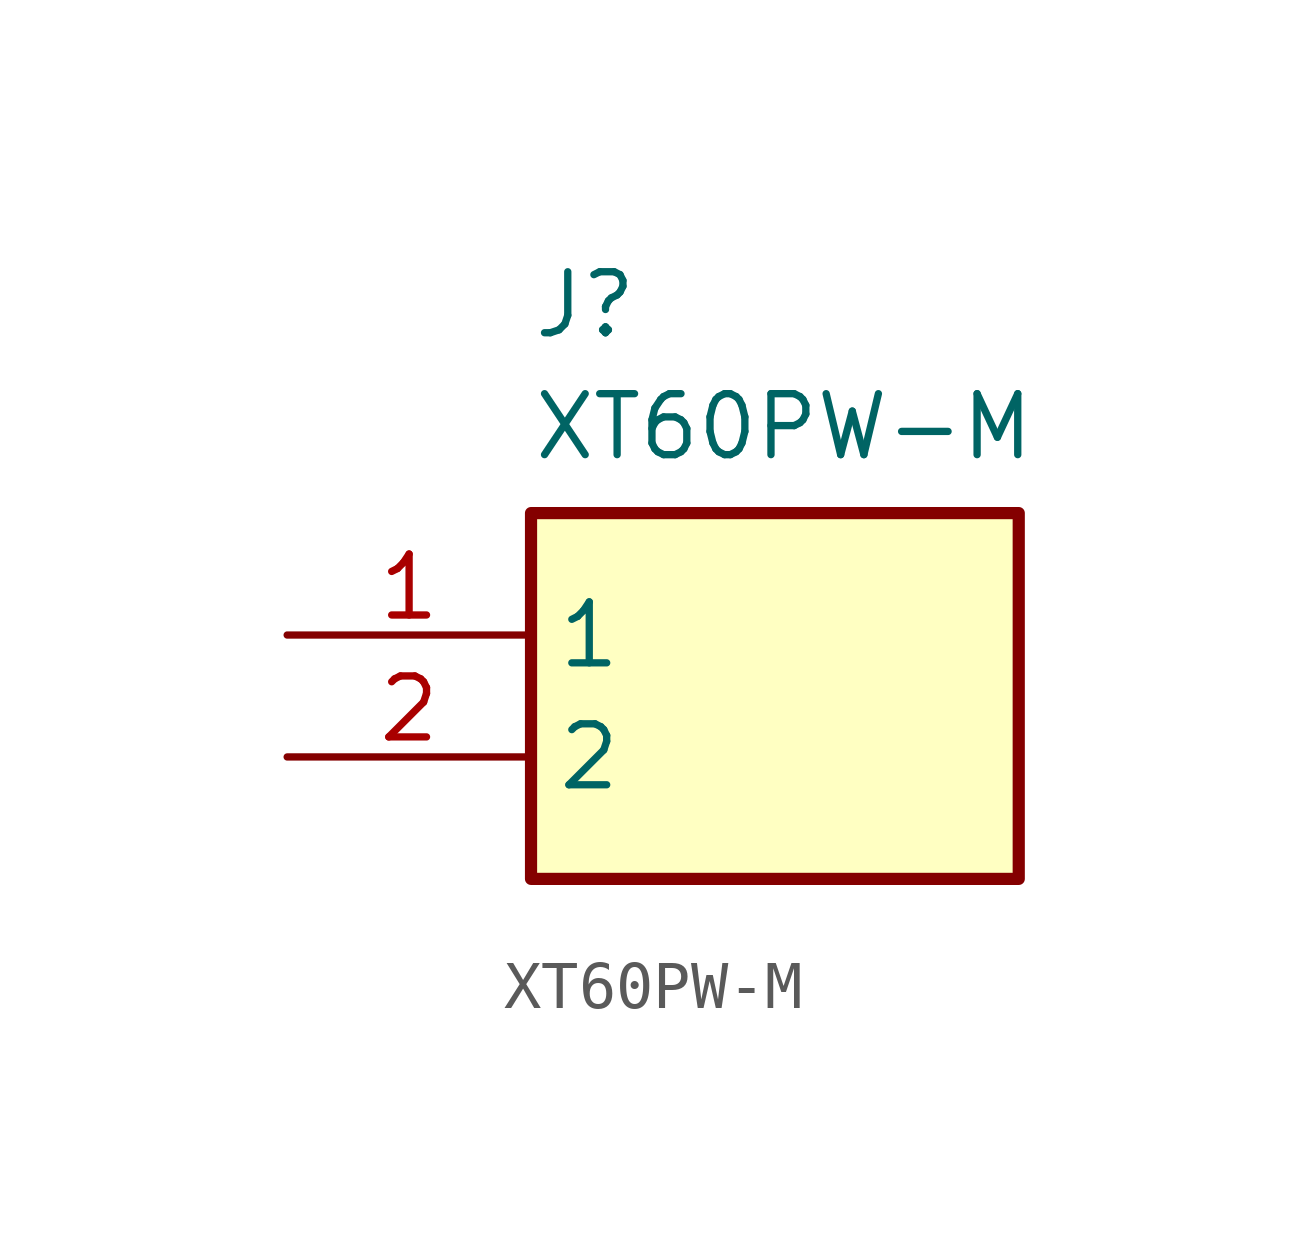
<source format=kicad_sym>
(kicad_symbol_lib
  (version 20220914)
  (generator kicad_symbol_editor)
  (symbol "XT60PW-M"
    (property "Reference" "J"
      (at 5.08 7.62 0)
      (effects (font (size 1.27 1.27)) (justify left top)))
    (property "Value" "XT60PW-M"
      (at 5.08 5.08 0)
      (effects (font (size 1.27 1.27)) (justify left top)))
    (symbol "XT60PW-M_1_1"
      (rectangle (start 5.08 2.54) (end 15.24 -5.08) (stroke (width 0.254) (type default)) (fill (type background)))
      (pin passive line (at 0 0 0) (length 5.08) (name "1" (effects (font (size 1.27 1.27)))) (number "1" (effects (font (size 1.27 1.27)))))
      (pin passive line (at 0 -2.54 0) (length 5.08) (name "2" (effects (font (size 1.27 1.27)))) (number "2" (effects (font (size 1.27 1.27))))))))
</source>
